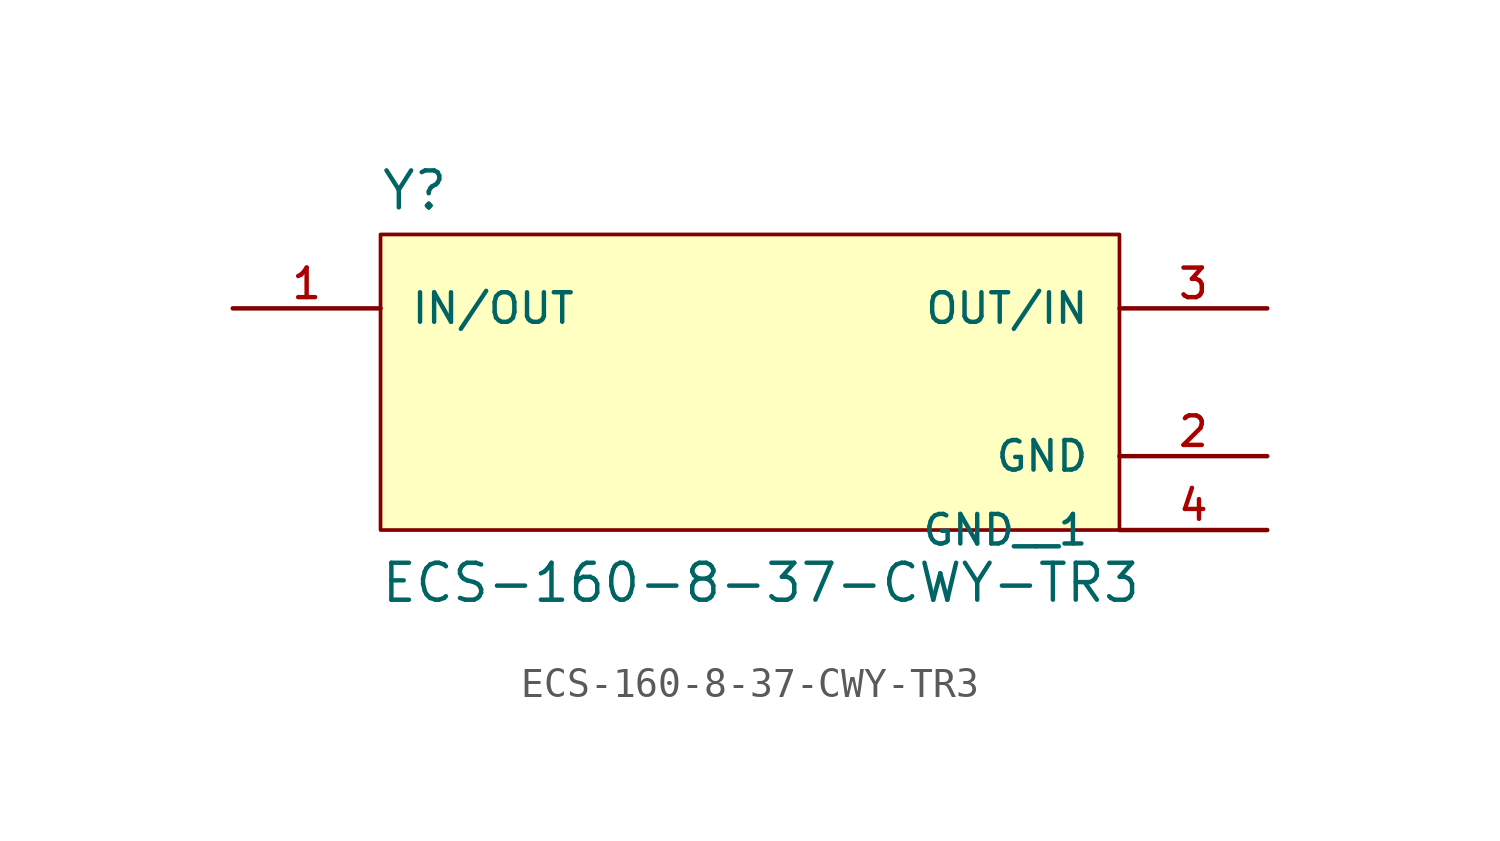
<source format=kicad_sym>
(kicad_symbol_lib
  (version 20211014)
  (generator kicad_symbol_editor)
  (symbol "ECS-160-8-37-CWY-TR3"
    (pin_names
      (offset 1.016))
    (property "Reference" "Y"
      (at -12.716 5.849 0)
      (effects (font (size 1.27 1.27)) (justify bottom left)))
    (property "Value" "ECS-160-8-37-CWY-TR3"
      (at -12.73 -7.638 0)
      (effects (font (size 1.27 1.27)) (justify bottom left)))
    (symbol "ECS-160-8-37-CWY-TR3_0_0"
      (rectangle (start -12.7 -5.08) (end 12.7 5.08) (stroke (width 0.127)) (fill (type background)))
      (pin bidirectional line (at 17.78 2.54 180.0) (length 5.08) (name "OUT/IN" (effects (font (size 1.016 1.016)))) (number "3" (effects (font (size 1.016 1.016)))))
      (pin bidirectional line (at -17.78 2.54 0) (length 5.08) (name "IN/OUT" (effects (font (size 1.016 1.016)))) (number "1" (effects (font (size 1.016 1.016)))))
      (pin power_in line (at 17.78 -2.54 180.0) (length 5.08) (name "GND" (effects (font (size 1.016 1.016)))) (number "2" (effects (font (size 1.016 1.016)))))
      (pin power_in line (at 17.78 -5.08 180.0) (length 5.08) (name "GND__1" (effects (font (size 1.016 1.016)))) (number "4" (effects (font (size 1.016 1.016))))))))
</source>
